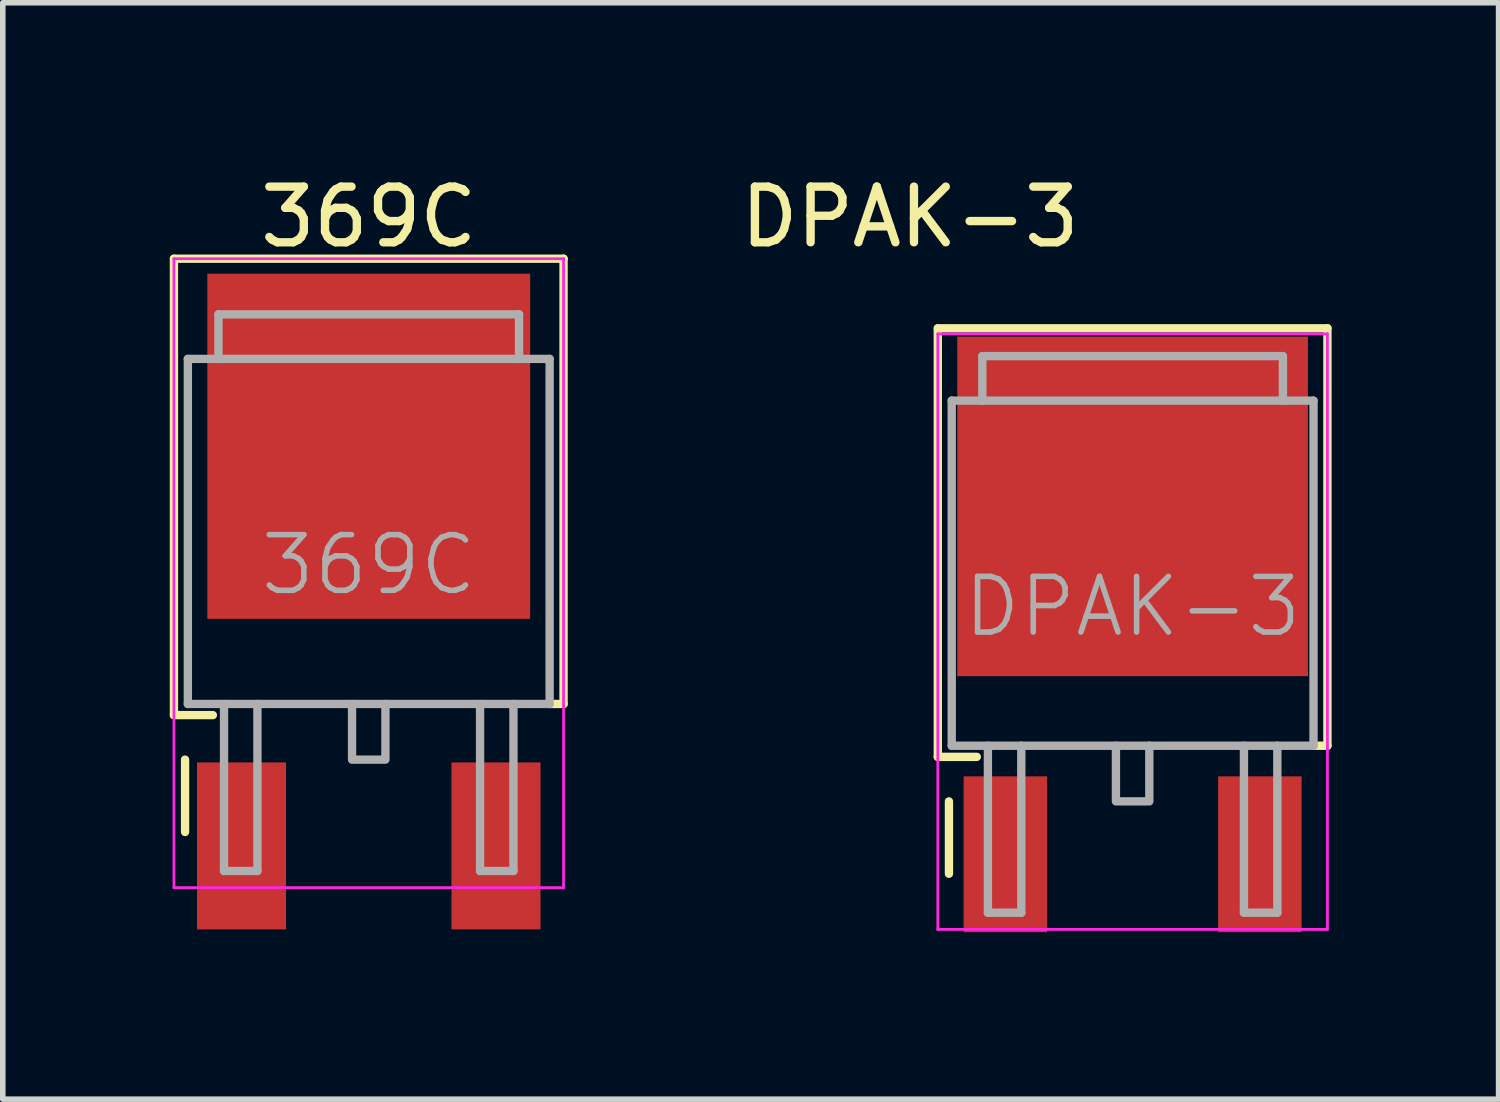
<source format=kicad_pcb>
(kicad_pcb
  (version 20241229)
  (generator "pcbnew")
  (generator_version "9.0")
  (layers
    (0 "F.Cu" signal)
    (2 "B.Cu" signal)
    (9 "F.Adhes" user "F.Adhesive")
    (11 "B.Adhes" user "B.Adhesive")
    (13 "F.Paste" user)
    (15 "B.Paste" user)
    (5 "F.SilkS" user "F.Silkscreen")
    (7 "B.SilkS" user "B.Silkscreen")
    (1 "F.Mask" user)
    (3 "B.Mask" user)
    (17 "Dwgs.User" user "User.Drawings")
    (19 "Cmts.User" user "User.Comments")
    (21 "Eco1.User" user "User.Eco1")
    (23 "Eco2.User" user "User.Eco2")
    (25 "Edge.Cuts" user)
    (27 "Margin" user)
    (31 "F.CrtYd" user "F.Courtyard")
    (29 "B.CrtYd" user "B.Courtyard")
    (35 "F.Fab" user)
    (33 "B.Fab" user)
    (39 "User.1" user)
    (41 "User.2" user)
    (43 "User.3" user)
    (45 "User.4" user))
  (footprint "369C"
    (layer "F.Cu")
    (at 3.575 7.598)
    (property "Reference" "369C" (at 0 -6.75 180) (layer "F.SilkS") (effects (font (size 1 1) (thickness 0.15))))
    (attr smd)
    (fp_line (start -3.5 -6) (end -3.5 2.2) (stroke (width 0.15) (type solid)) (layer "F.SilkS"))
    (fp_line (start -3.5 -6) (end 3.5 -6) (stroke (width 0.15) (type solid)) (layer "F.SilkS"))
    (fp_line (start -3.5 2.2) (end -2.8 2.2) (stroke (width 0.15) (type solid)) (layer "F.SilkS"))
    (fp_line (start -3.3 3) (end -3.3 4.3) (stroke (width 0.15) (type solid)) (layer "F.SilkS"))
    (fp_line (start 3.5 -6) (end 3.5 2) (stroke (width 0.15) (type solid)) (layer "F.SilkS"))
    (fp_line (start 3.5 2) (end 3.25 2) (stroke (width 0.15) (type solid)) (layer "F.SilkS"))
    (fp_line (start -3.5 -6) (end -3.5 5.3) (stroke (width 0.05) (type solid)) (layer "F.CrtYd"))
    (fp_line (start -3.5 -6) (end 3.5 -6) (stroke (width 0.05) (type solid)) (layer "F.CrtYd"))
    (fp_line (start -3.5 5.3) (end 3.5 5.3) (stroke (width 0.05) (type solid)) (layer "F.CrtYd"))
    (fp_line (start 3.5 -6) (end 3.5 5.3) (stroke (width 0.05) (type solid)) (layer "F.CrtYd"))
    (fp_line (start -3.25 -4.2) (end -3.25 2) (stroke (width 0.15) (type solid)) (layer "F.Fab"))
    (fp_line (start -3.25 2) (end 3.25 2) (stroke (width 0.15) (type solid)) (layer "F.Fab"))
    (fp_line (start -2.7 -5) (end -2.7 -4.2) (stroke (width 0.15) (type solid)) (layer "F.Fab"))
    (fp_line (start -2.7 -5) (end 2.7 -5) (stroke (width 0.15) (type solid)) (layer "F.Fab"))
    (fp_line (start -2.6 2) (end -2.6 5) (stroke (width 0.15) (type solid)) (layer "F.Fab"))
    (fp_line (start -2.6 5) (end -2 5) (stroke (width 0.15) (type solid)) (layer "F.Fab"))
    (fp_line (start -2 2) (end -2 5) (stroke (width 0.15) (type solid)) (layer "F.Fab"))
    (fp_line (start -0.3 2) (end -0.3 3) (stroke (width 0.15) (type solid)) (layer "F.Fab"))
    (fp_line (start -0.25 3) (end 0.25 3) (stroke (width 0.15) (type solid)) (layer "F.Fab"))
    (fp_line (start 0.3 3) (end 0.3 2) (stroke (width 0.15) (type solid)) (layer "F.Fab"))
    (fp_line (start 2 2) (end 2 5) (stroke (width 0.15) (type solid)) (layer "F.Fab"))
    (fp_line (start 2 5) (end 2.6 5) (stroke (width 0.15) (type solid)) (layer "F.Fab"))
    (fp_line (start 2.6 5) (end 2.6 2) (stroke (width 0.15) (type solid)) (layer "F.Fab"))
    (fp_line (start 2.7 -5) (end 2.7 -4.2) (stroke (width 0.15) (type solid)) (layer "F.Fab"))
    (fp_line (start 3.25 -4.2) (end -3.25 -4.2) (stroke (width 0.15) (type solid)) (layer "F.Fab"))
    (fp_line (start 3.25 2) (end 3.25 -4.2) (stroke (width 0.15) (type solid)) (layer "F.Fab"))
    (fp_text user "${REFERENCE}" (at 0 -0.5 0) (layer "F.Fab") (effects (font (size 1 1) (thickness 0.1))))
    (pad "1" smd rect (at -2.286 4.55) (size 1.6 3) (layers "F.Cu" "F.Mask" "F.Paste"))
    (pad "3" smd rect (at 2.286 4.55) (size 1.6 3) (layers "F.Cu" "F.Mask" "F.Paste"))
    (pad "4" smd rect (at 0 -2.63) (size 5.8 6.2) (layers "F.Cu" "F.Mask" "F.Paste")))
  (footprint "DPAK-3"
    (layer "F.Cu")
    (at 17.299 8.348)
    (property "Reference" "DPAK-3" (at -4 -7.5 180) (layer "F.SilkS") (effects (font (size 1 1) (thickness 0.15))))
    (attr smd)
    (fp_line (start -3.5 -5.5) (end -3.5 2.2) (stroke (width 0.15) (type solid)) (layer "F.SilkS"))
    (fp_line (start -3.5 -5.5) (end 3.5 -5.5) (stroke (width 0.15) (type solid)) (layer "F.SilkS"))
    (fp_line (start -3.5 2.2) (end -2.8 2.2) (stroke (width 0.15) (type solid)) (layer "F.SilkS"))
    (fp_line (start -3.3 3) (end -3.3 4.3) (stroke (width 0.15) (type solid)) (layer "F.SilkS"))
    (fp_line (start 3.5 -5.5) (end 3.5 2) (stroke (width 0.15) (type solid)) (layer "F.SilkS"))
    (fp_line (start 3.5 2) (end 3.25 2) (stroke (width 0.15) (type solid)) (layer "F.SilkS"))
    (fp_line (start -3.5 -5.4) (end -3.5 5.3) (stroke (width 0.05) (type solid)) (layer "F.CrtYd"))
    (fp_line (start -3.5 -5.4) (end 3.5 -5.4) (stroke (width 0.05) (type solid)) (layer "F.CrtYd"))
    (fp_line (start -3.5 5.3) (end 3.5 5.3) (stroke (width 0.05) (type solid)) (layer "F.CrtYd"))
    (fp_line (start 3.5 -5.4) (end 3.5 5.3) (stroke (width 0.05) (type solid)) (layer "F.CrtYd"))
    (fp_line (start -3.25 -4.2) (end -3.25 2) (stroke (width 0.15) (type solid)) (layer "F.Fab"))
    (fp_line (start -3.25 2) (end 3.25 2) (stroke (width 0.15) (type solid)) (layer "F.Fab"))
    (fp_line (start -2.7 -5) (end -2.7 -4.2) (stroke (width 0.15) (type solid)) (layer "F.Fab"))
    (fp_line (start -2.7 -5) (end 2.7 -5) (stroke (width 0.15) (type solid)) (layer "F.Fab"))
    (fp_line (start -2.6 2) (end -2.6 5) (stroke (width 0.15) (type solid)) (layer "F.Fab"))
    (fp_line (start -2.6 5) (end -2 5) (stroke (width 0.15) (type solid)) (layer "F.Fab"))
    (fp_line (start -2 2) (end -2 5) (stroke (width 0.15) (type solid)) (layer "F.Fab"))
    (fp_line (start -0.3 2) (end -0.3 3) (stroke (width 0.15) (type solid)) (layer "F.Fab"))
    (fp_line (start -0.25 3) (end 0.25 3) (stroke (width 0.15) (type solid)) (layer "F.Fab"))
    (fp_line (start 0.3 3) (end 0.3 2) (stroke (width 0.15) (type solid)) (layer "F.Fab"))
    (fp_line (start 2 2) (end 2 5) (stroke (width 0.15) (type solid)) (layer "F.Fab"))
    (fp_line (start 2 5) (end 2.6 5) (stroke (width 0.15) (type solid)) (layer "F.Fab"))
    (fp_line (start 2.6 5) (end 2.6 2) (stroke (width 0.15) (type solid)) (layer "F.Fab"))
    (fp_line (start 2.7 -5) (end 2.7 -4.2) (stroke (width 0.15) (type solid)) (layer "F.Fab"))
    (fp_line (start 3.25 -4.2) (end -3.25 -4.2) (stroke (width 0.15) (type solid)) (layer "F.Fab"))
    (fp_line (start 3.25 2) (end 3.25 -4.2) (stroke (width 0.15) (type solid)) (layer "F.Fab"))
    (fp_text user "${REFERENCE}" (at 0 -0.5 0) (layer "F.Fab") (effects (font (size 1 1) (thickness 0.1))))
    (pad "1" smd rect (at -2.286 3.95) (size 1.5 2.8) (layers "F.Cu" "F.Mask" "F.Paste"))
    (pad "2" smd rect (at 0 -2.3) (size 6.3 6.1) (layers "F.Cu" "F.Mask" "F.Paste"))
    (pad "3" smd rect (at 2.286 3.95) (size 1.5 2.8) (layers "F.Cu" "F.Mask" "F.Paste")))
  (gr_rect
    (start -3 -3)
    (end 23.874 16.698)
    (stroke (width 0.1) (type default))
    (fill no)
    (layer "Edge.Cuts")))
</source>
